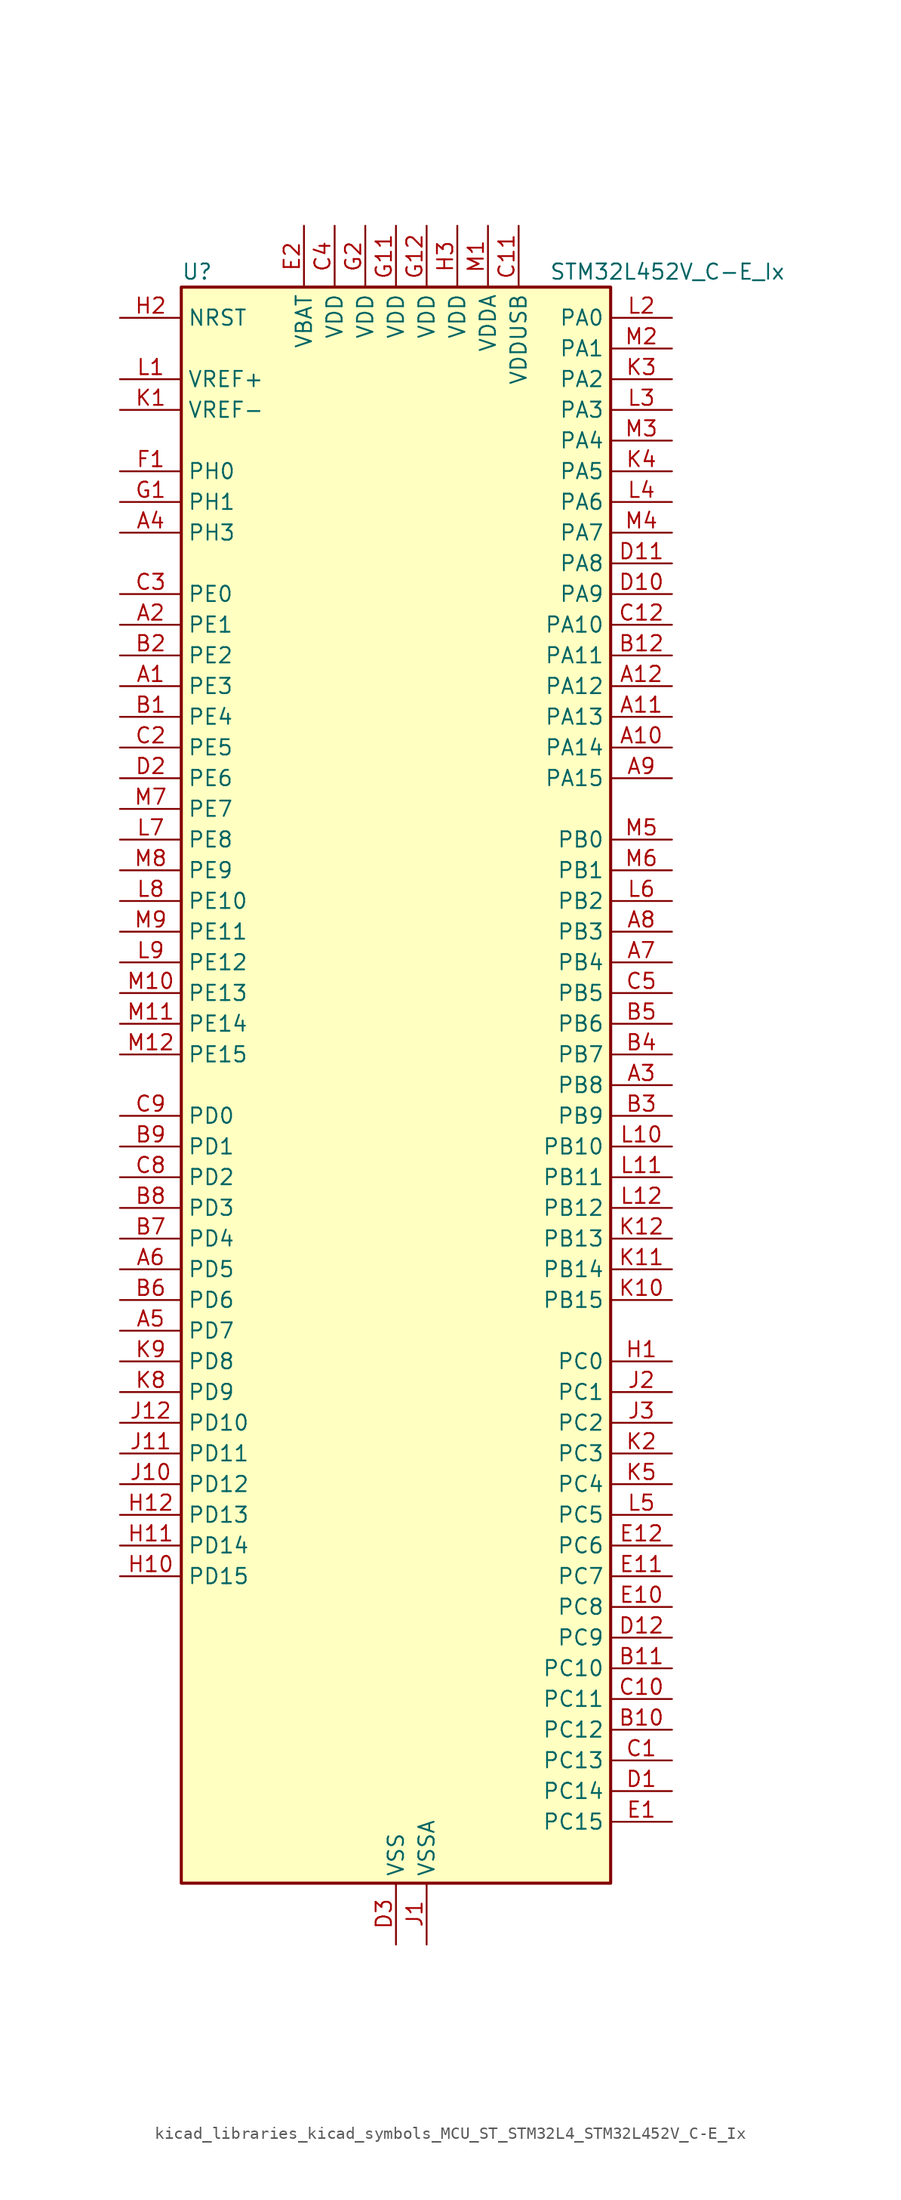
<source format=kicad_sym>
(kicad_symbol_lib
  (version 20220914)
  (generator kicad_symbol_editor)
  (symbol "kicad_libraries_kicad_symbols_MCU_ST_STM32L4_STM32L452V_C-E_Ix"
    (property "Reference" "U"
      (at -17.78 67.31 0)
      (effects (font (size 1.27 1.27)) (justify left)))
    (property "Value" "STM32L452V_C-E_Ix"
      (at 12.7 67.31 0)
      (effects (font (size 1.27 1.27)) (justify left)))
    (property "ki_locked" ""
      (at 0 0 0)
      (effects (font (size 1.27 1.27))))
    (symbol "kicad_libraries_kicad_symbols_MCU_ST_STM32L4_STM32L452V_C-E_Ix_0_1"
      (rectangle (start -17.78 -66.04) (end 17.78 66.04) (stroke (width 0.254) (type default)) (fill (type background))))
    (symbol "kicad_libraries_kicad_symbols_MCU_ST_STM32L4_STM32L452V_C-E_Ix_1_1"
      (pin bidirectional line (at -22.86 33.02 0) (length 5.08) (name "PE3" (effects (font (size 1.27 1.27)))) (number "A1" (effects (font (size 1.27 1.27)))) (alternate "SAI1_SD_B" bidirectional line) (alternate "SYS_TRACED0" bidirectional line) (alternate "TIM3_CH1" bidirectional line) (alternate "TSC_G7_IO2" bidirectional line))
      (pin bidirectional line (at 22.86 27.94 180) (length 5.08) (name "PA14" (effects (font (size 1.27 1.27)))) (number "A10" (effects (font (size 1.27 1.27)))) (alternate "I2C1_SMBA" bidirectional line) (alternate "I2C4_SMBA" bidirectional line) (alternate "LPTIM1_OUT" bidirectional line) (alternate "SAI1_FS_B" bidirectional line) (alternate "SYS_JTCK-SWCLK" bidirectional line))
      (pin bidirectional line (at 22.86 30.48 180) (length 5.08) (name "PA13" (effects (font (size 1.27 1.27)))) (number "A11" (effects (font (size 1.27 1.27)))) (alternate "IR_OUT" bidirectional line) (alternate "SAI1_SD_B" bidirectional line) (alternate "SYS_JTMS-SWDIO" bidirectional line) (alternate "USB_NOE" bidirectional line))
      (pin bidirectional line (at 22.86 33.02 180) (length 5.08) (name "PA12" (effects (font (size 1.27 1.27)))) (number "A12" (effects (font (size 1.27 1.27)))) (alternate "CAN1_TX" bidirectional line) (alternate "SPI1_MOSI" bidirectional line) (alternate "TIM1_ETR" bidirectional line) (alternate "USART1_DE" bidirectional line) (alternate "USART1_RTS" bidirectional line) (alternate "USB_DP" bidirectional line))
      (pin bidirectional line (at -22.86 38.1 0) (length 5.08) (name "PE1" (effects (font (size 1.27 1.27)))) (number "A2" (effects (font (size 1.27 1.27)))))
      (pin bidirectional line (at 22.86 0 180) (length 5.08) (name "PB8" (effects (font (size 1.27 1.27)))) (number "A3" (effects (font (size 1.27 1.27)))) (alternate "CAN1_RX" bidirectional line) (alternate "I2C1_SCL" bidirectional line) (alternate "SAI1_MCLK_A" bidirectional line) (alternate "SDMMC1_D4" bidirectional line) (alternate "TIM16_CH1" bidirectional line))
      (pin bidirectional line (at -22.86 45.72 0) (length 5.08) (name "PH3" (effects (font (size 1.27 1.27)))) (number "A4" (effects (font (size 1.27 1.27)))))
      (pin bidirectional line (at -22.86 -20.32 0) (length 5.08) (name "PD7" (effects (font (size 1.27 1.27)))) (number "A5" (effects (font (size 1.27 1.27)))) (alternate "DFSDM1_CKIN1" bidirectional line) (alternate "QUADSPI_BK2_IO3" bidirectional line) (alternate "USART2_CK" bidirectional line))
      (pin bidirectional line (at -22.86 -15.24 0) (length 5.08) (name "PD5" (effects (font (size 1.27 1.27)))) (number "A6" (effects (font (size 1.27 1.27)))) (alternate "QUADSPI_BK2_IO1" bidirectional line) (alternate "USART2_TX" bidirectional line))
      (pin bidirectional line (at 22.86 10.16 180) (length 5.08) (name "PB4" (effects (font (size 1.27 1.27)))) (number "A7" (effects (font (size 1.27 1.27)))) (alternate "COMP2_INP" bidirectional line) (alternate "I2C3_SDA" bidirectional line) (alternate "SAI1_MCLK_B" bidirectional line) (alternate "SPI1_MISO" bidirectional line) (alternate "SPI3_MISO" bidirectional line) (alternate "SYS_JTRST" bidirectional line) (alternate "TIM3_CH1" bidirectional line) (alternate "TSC_G2_IO1" bidirectional line) (alternate "USART1_CTS" bidirectional line))
      (pin bidirectional line (at 22.86 12.7 180) (length 5.08) (name "PB3" (effects (font (size 1.27 1.27)))) (number "A8" (effects (font (size 1.27 1.27)))) (alternate "COMP2_INM" bidirectional line) (alternate "SAI1_SCK_B" bidirectional line) (alternate "SPI1_SCK" bidirectional line) (alternate "SPI3_SCK" bidirectional line) (alternate "SYS_JTDO-SWO" bidirectional line) (alternate "TIM2_CH2" bidirectional line) (alternate "USART1_DE" bidirectional line) (alternate "USART1_RTS" bidirectional line))
      (pin bidirectional line (at 22.86 25.4 180) (length 5.08) (name "PA15" (effects (font (size 1.27 1.27)))) (number "A9" (effects (font (size 1.27 1.27)))) (alternate "ADC1_EXTI15" bidirectional line) (alternate "SPI1_NSS" bidirectional line) (alternate "SPI3_NSS" bidirectional line) (alternate "SYS_JTDI" bidirectional line) (alternate "TIM2_CH1" bidirectional line) (alternate "TIM2_ETR" bidirectional line) (alternate "TSC_G3_IO1" bidirectional line) (alternate "UART4_DE" bidirectional line) (alternate "UART4_RTS" bidirectional line) (alternate "USART2_RX" bidirectional line) (alternate "USART3_DE" bidirectional line) (alternate "USART3_RTS" bidirectional line))
      (pin bidirectional line (at -22.86 30.48 0) (length 5.08) (name "PE4" (effects (font (size 1.27 1.27)))) (number "B1" (effects (font (size 1.27 1.27)))) (alternate "DFSDM1_DATIN3" bidirectional line) (alternate "SAI1_FS_A" bidirectional line) (alternate "SYS_TRACED1" bidirectional line) (alternate "TIM3_CH2" bidirectional line) (alternate "TSC_G7_IO3" bidirectional line))
      (pin bidirectional line (at 22.86 -53.34 180) (length 5.08) (name "PC12" (effects (font (size 1.27 1.27)))) (number "B10" (effects (font (size 1.27 1.27)))) (alternate "SDMMC1_CK" bidirectional line) (alternate "SPI3_MOSI" bidirectional line) (alternate "SYS_TRACED3" bidirectional line) (alternate "TSC_G3_IO4" bidirectional line) (alternate "USART3_CK" bidirectional line))
      (pin bidirectional line (at 22.86 -48.26 180) (length 5.08) (name "PC10" (effects (font (size 1.27 1.27)))) (number "B11" (effects (font (size 1.27 1.27)))) (alternate "SDMMC1_D2" bidirectional line) (alternate "SPI3_SCK" bidirectional line) (alternate "SYS_TRACED1" bidirectional line) (alternate "TSC_G3_IO2" bidirectional line) (alternate "UART4_TX" bidirectional line) (alternate "USART3_TX" bidirectional line))
      (pin bidirectional line (at 22.86 35.56 180) (length 5.08) (name "PA11" (effects (font (size 1.27 1.27)))) (number "B12" (effects (font (size 1.27 1.27)))) (alternate "ADC1_EXTI11" bidirectional line) (alternate "CAN1_RX" bidirectional line) (alternate "COMP1_OUT" bidirectional line) (alternate "SPI1_MISO" bidirectional line) (alternate "TIM1_BKIN2" bidirectional line) (alternate "TIM1_BKIN2_COMP1" bidirectional line) (alternate "TIM1_CH4" bidirectional line) (alternate "USART1_CTS" bidirectional line) (alternate "USB_DM" bidirectional line))
      (pin bidirectional line (at -22.86 35.56 0) (length 5.08) (name "PE2" (effects (font (size 1.27 1.27)))) (number "B2" (effects (font (size 1.27 1.27)))) (alternate "SAI1_MCLK_A" bidirectional line) (alternate "SYS_TRACECLK" bidirectional line) (alternate "TIM3_ETR" bidirectional line) (alternate "TSC_G7_IO1" bidirectional line))
      (pin bidirectional line (at 22.86 -2.54 180) (length 5.08) (name "PB9" (effects (font (size 1.27 1.27)))) (number "B3" (effects (font (size 1.27 1.27)))) (alternate "CAN1_TX" bidirectional line) (alternate "DAC1_EXTI9" bidirectional line) (alternate "I2C1_SDA" bidirectional line) (alternate "IR_OUT" bidirectional line) (alternate "SAI1_FS_A" bidirectional line) (alternate "SDMMC1_D5" bidirectional line) (alternate "SPI2_NSS" bidirectional line))
      (pin bidirectional line (at 22.86 2.54 180) (length 5.08) (name "PB7" (effects (font (size 1.27 1.27)))) (number "B4" (effects (font (size 1.27 1.27)))) (alternate "COMP2_INM" bidirectional line) (alternate "I2C1_SDA" bidirectional line) (alternate "I2C4_SDA" bidirectional line) (alternate "LPTIM1_IN2" bidirectional line) (alternate "SYS_PVD_IN" bidirectional line) (alternate "TSC_G2_IO4" bidirectional line) (alternate "UART4_CTS" bidirectional line) (alternate "USART1_RX" bidirectional line))
      (pin bidirectional line (at 22.86 5.08 180) (length 5.08) (name "PB6" (effects (font (size 1.27 1.27)))) (number "B5" (effects (font (size 1.27 1.27)))) (alternate "CAN1_TX" bidirectional line) (alternate "COMP2_INP" bidirectional line) (alternate "I2C1_SCL" bidirectional line) (alternate "I2C4_SCL" bidirectional line) (alternate "LPTIM1_ETR" bidirectional line) (alternate "SAI1_FS_B" bidirectional line) (alternate "TIM16_CH1N" bidirectional line) (alternate "TSC_G2_IO3" bidirectional line) (alternate "USART1_TX" bidirectional line))
      (pin bidirectional line (at -22.86 -17.78 0) (length 5.08) (name "PD6" (effects (font (size 1.27 1.27)))) (number "B6" (effects (font (size 1.27 1.27)))) (alternate "DFSDM1_DATIN1" bidirectional line) (alternate "QUADSPI_BK2_IO2" bidirectional line) (alternate "SAI1_SD_A" bidirectional line) (alternate "USART2_RX" bidirectional line))
      (pin bidirectional line (at -22.86 -12.7 0) (length 5.08) (name "PD4" (effects (font (size 1.27 1.27)))) (number "B7" (effects (font (size 1.27 1.27)))) (alternate "DFSDM1_CKIN0" bidirectional line) (alternate "QUADSPI_BK2_IO0" bidirectional line) (alternate "SPI2_MOSI" bidirectional line) (alternate "USART2_DE" bidirectional line) (alternate "USART2_RTS" bidirectional line))
      (pin bidirectional line (at -22.86 -10.16 0) (length 5.08) (name "PD3" (effects (font (size 1.27 1.27)))) (number "B8" (effects (font (size 1.27 1.27)))) (alternate "DFSDM1_DATIN0" bidirectional line) (alternate "QUADSPI_BK2_NCS" bidirectional line) (alternate "SPI2_MISO" bidirectional line) (alternate "USART2_CTS" bidirectional line))
      (pin bidirectional line (at -22.86 -5.08 0) (length 5.08) (name "PD1" (effects (font (size 1.27 1.27)))) (number "B9" (effects (font (size 1.27 1.27)))) (alternate "CAN1_TX" bidirectional line) (alternate "SPI2_SCK" bidirectional line))
      (pin bidirectional line (at 22.86 -55.88 180) (length 5.08) (name "PC13" (effects (font (size 1.27 1.27)))) (number "C1" (effects (font (size 1.27 1.27)))) (alternate "RTC_OUT_ALARM" bidirectional line) (alternate "RTC_OUT_CALIB" bidirectional line) (alternate "RTC_TAMP1" bidirectional line) (alternate "RTC_TS" bidirectional line) (alternate "SYS_WKUP2" bidirectional line))
      (pin bidirectional line (at 22.86 -50.8 180) (length 5.08) (name "PC11" (effects (font (size 1.27 1.27)))) (number "C10" (effects (font (size 1.27 1.27)))) (alternate "ADC1_EXTI11" bidirectional line) (alternate "SDMMC1_D3" bidirectional line) (alternate "SPI3_MISO" bidirectional line) (alternate "TSC_G3_IO3" bidirectional line) (alternate "UART4_RX" bidirectional line) (alternate "USART3_RX" bidirectional line))
      (pin power_in line (at 10.16 71.12 270) (length 5.08) (name "VDDUSB" (effects (font (size 1.27 1.27)))) (number "C11" (effects (font (size 1.27 1.27)))))
      (pin bidirectional line (at 22.86 38.1 180) (length 5.08) (name "PA10" (effects (font (size 1.27 1.27)))) (number "C12" (effects (font (size 1.27 1.27)))) (alternate "CRS_SYNC" bidirectional line) (alternate "I2C1_SDA" bidirectional line) (alternate "SAI1_SD_A" bidirectional line) (alternate "TIM1_CH3" bidirectional line) (alternate "USART1_RX" bidirectional line))
      (pin bidirectional line (at -22.86 27.94 0) (length 5.08) (name "PE5" (effects (font (size 1.27 1.27)))) (number "C2" (effects (font (size 1.27 1.27)))) (alternate "DFSDM1_CKIN3" bidirectional line) (alternate "SAI1_SCK_A" bidirectional line) (alternate "SYS_TRACED2" bidirectional line) (alternate "TIM3_CH3" bidirectional line) (alternate "TSC_G7_IO4" bidirectional line))
      (pin bidirectional line (at -22.86 40.64 0) (length 5.08) (name "PE0" (effects (font (size 1.27 1.27)))) (number "C3" (effects (font (size 1.27 1.27)))) (alternate "TIM16_CH1" bidirectional line))
      (pin power_in line (at -5.08 71.12 270) (length 5.08) (name "VDD" (effects (font (size 1.27 1.27)))) (number "C4" (effects (font (size 1.27 1.27)))))
      (pin bidirectional line (at 22.86 7.62 180) (length 5.08) (name "PB5" (effects (font (size 1.27 1.27)))) (number "C5" (effects (font (size 1.27 1.27)))) (alternate "CAN1_RX" bidirectional line) (alternate "COMP2_OUT" bidirectional line) (alternate "I2C1_SMBA" bidirectional line) (alternate "LPTIM1_IN1" bidirectional line) (alternate "SAI1_SD_B" bidirectional line) (alternate "SPI1_MOSI" bidirectional line) (alternate "SPI3_MOSI" bidirectional line) (alternate "TIM16_BKIN" bidirectional line) (alternate "TIM3_CH2" bidirectional line) (alternate "TSC_G2_IO2" bidirectional line) (alternate "USART1_CK" bidirectional line))
      (pin bidirectional line (at -22.86 -7.62 0) (length 5.08) (name "PD2" (effects (font (size 1.27 1.27)))) (number "C8" (effects (font (size 1.27 1.27)))) (alternate "SDMMC1_CMD" bidirectional line) (alternate "SYS_TRACED2" bidirectional line) (alternate "TIM3_ETR" bidirectional line) (alternate "TSC_SYNC" bidirectional line) (alternate "USART3_DE" bidirectional line) (alternate "USART3_RTS" bidirectional line))
      (pin bidirectional line (at -22.86 -2.54 0) (length 5.08) (name "PD0" (effects (font (size 1.27 1.27)))) (number "C9" (effects (font (size 1.27 1.27)))) (alternate "CAN1_RX" bidirectional line) (alternate "SPI2_NSS" bidirectional line))
      (pin bidirectional line (at 22.86 -58.42 180) (length 5.08) (name "PC14" (effects (font (size 1.27 1.27)))) (number "D1" (effects (font (size 1.27 1.27)))) (alternate "RCC_OSC32_IN" bidirectional line))
      (pin bidirectional line (at 22.86 40.64 180) (length 5.08) (name "PA9" (effects (font (size 1.27 1.27)))) (number "D10" (effects (font (size 1.27 1.27)))) (alternate "DAC1_EXTI9" bidirectional line) (alternate "DFSDM1_DATIN1" bidirectional line) (alternate "I2C1_SCL" bidirectional line) (alternate "SAI1_FS_A" bidirectional line) (alternate "TIM15_BKIN" bidirectional line) (alternate "TIM1_CH2" bidirectional line) (alternate "USART1_TX" bidirectional line))
      (pin bidirectional line (at 22.86 43.18 180) (length 5.08) (name "PA8" (effects (font (size 1.27 1.27)))) (number "D11" (effects (font (size 1.27 1.27)))) (alternate "DFSDM1_CKIN1" bidirectional line) (alternate "LPTIM2_OUT" bidirectional line) (alternate "RCC_MCO" bidirectional line) (alternate "SAI1_SCK_A" bidirectional line) (alternate "TIM1_CH1" bidirectional line) (alternate "USART1_CK" bidirectional line))
      (pin bidirectional line (at 22.86 -45.72 180) (length 5.08) (name "PC9" (effects (font (size 1.27 1.27)))) (number "D12" (effects (font (size 1.27 1.27)))) (alternate "DAC1_EXTI9" bidirectional line) (alternate "SDMMC1_D1" bidirectional line) (alternate "TIM3_CH4" bidirectional line) (alternate "TSC_G4_IO4" bidirectional line) (alternate "USB_NOE" bidirectional line))
      (pin bidirectional line (at -22.86 25.4 0) (length 5.08) (name "PE6" (effects (font (size 1.27 1.27)))) (number "D2" (effects (font (size 1.27 1.27)))) (alternate "RTC_TAMP3" bidirectional line) (alternate "SAI1_SD_A" bidirectional line) (alternate "SYS_TRACED3" bidirectional line) (alternate "SYS_WKUP3" bidirectional line) (alternate "TIM3_CH4" bidirectional line))
      (pin power_in line (at 0 -71.12 90) (length 5.08) (name "VSS" (effects (font (size 1.27 1.27)))) (number "D3" (effects (font (size 1.27 1.27)))))
      (pin bidirectional line (at 22.86 -60.96 180) (length 5.08) (name "PC15" (effects (font (size 1.27 1.27)))) (number "E1" (effects (font (size 1.27 1.27)))) (alternate "ADC1_EXTI15" bidirectional line) (alternate "RCC_OSC32_OUT" bidirectional line))
      (pin bidirectional line (at 22.86 -43.18 180) (length 5.08) (name "PC8" (effects (font (size 1.27 1.27)))) (number "E10" (effects (font (size 1.27 1.27)))) (alternate "SDMMC1_D0" bidirectional line) (alternate "TIM3_CH3" bidirectional line) (alternate "TSC_G4_IO3" bidirectional line))
      (pin bidirectional line (at 22.86 -40.64 180) (length 5.08) (name "PC7" (effects (font (size 1.27 1.27)))) (number "E11" (effects (font (size 1.27 1.27)))) (alternate "DFSDM1_DATIN3" bidirectional line) (alternate "SDMMC1_D7" bidirectional line) (alternate "TIM3_CH2" bidirectional line) (alternate "TSC_G4_IO2" bidirectional line))
      (pin bidirectional line (at 22.86 -38.1 180) (length 5.08) (name "PC6" (effects (font (size 1.27 1.27)))) (number "E12" (effects (font (size 1.27 1.27)))) (alternate "DFSDM1_CKIN3" bidirectional line) (alternate "SDMMC1_D6" bidirectional line) (alternate "TIM3_CH1" bidirectional line) (alternate "TSC_G4_IO1" bidirectional line))
      (pin power_in line (at -7.62 71.12 270) (length 5.08) (name "VBAT" (effects (font (size 1.27 1.27)))) (number "E2" (effects (font (size 1.27 1.27)))))
      (pin passive line (at 0 -71.12 90) (length 5.08) hide (name "VSS" (effects (font (size 1.27 1.27)))) (number "E3" (effects (font (size 1.27 1.27)))))
      (pin bidirectional line (at -22.86 50.8 0) (length 5.08) (name "PH0" (effects (font (size 1.27 1.27)))) (number "F1" (effects (font (size 1.27 1.27)))) (alternate "RCC_OSC_IN" bidirectional line))
      (pin passive line (at 0 -71.12 90) (length 5.08) hide (name "VSS" (effects (font (size 1.27 1.27)))) (number "F11" (effects (font (size 1.27 1.27)))))
      (pin passive line (at 0 -71.12 90) (length 5.08) hide (name "VSS" (effects (font (size 1.27 1.27)))) (number "F12" (effects (font (size 1.27 1.27)))))
      (pin passive line (at 0 -71.12 90) (length 5.08) hide (name "VSS" (effects (font (size 1.27 1.27)))) (number "F2" (effects (font (size 1.27 1.27)))))
      (pin bidirectional line (at -22.86 48.26 0) (length 5.08) (name "PH1" (effects (font (size 1.27 1.27)))) (number "G1" (effects (font (size 1.27 1.27)))) (alternate "RCC_OSC_OUT" bidirectional line))
      (pin power_in line (at 0 71.12 270) (length 5.08) (name "VDD" (effects (font (size 1.27 1.27)))) (number "G11" (effects (font (size 1.27 1.27)))))
      (pin power_in line (at 2.54 71.12 270) (length 5.08) (name "VDD" (effects (font (size 1.27 1.27)))) (number "G12" (effects (font (size 1.27 1.27)))))
      (pin power_in line (at -2.54 71.12 270) (length 5.08) (name "VDD" (effects (font (size 1.27 1.27)))) (number "G2" (effects (font (size 1.27 1.27)))))
      (pin bidirectional line (at 22.86 -22.86 180) (length 5.08) (name "PC0" (effects (font (size 1.27 1.27)))) (number "H1" (effects (font (size 1.27 1.27)))) (alternate "ADC1_IN1" bidirectional line) (alternate "I2C3_SCL" bidirectional line) (alternate "I2C4_SCL" bidirectional line) (alternate "LPTIM1_IN1" bidirectional line) (alternate "LPTIM2_IN1" bidirectional line) (alternate "LPUART1_RX" bidirectional line))
      (pin bidirectional line (at -22.86 -40.64 0) (length 5.08) (name "PD15" (effects (font (size 1.27 1.27)))) (number "H10" (effects (font (size 1.27 1.27)))) (alternate "ADC1_EXTI15" bidirectional line))
      (pin bidirectional line (at -22.86 -38.1 0) (length 5.08) (name "PD14" (effects (font (size 1.27 1.27)))) (number "H11" (effects (font (size 1.27 1.27)))))
      (pin bidirectional line (at -22.86 -35.56 0) (length 5.08) (name "PD13" (effects (font (size 1.27 1.27)))) (number "H12" (effects (font (size 1.27 1.27)))) (alternate "I2C4_SDA" bidirectional line) (alternate "LPTIM2_OUT" bidirectional line) (alternate "TSC_G6_IO4" bidirectional line))
      (pin input line (at -22.86 63.5 0) (length 5.08) (name "NRST" (effects (font (size 1.27 1.27)))) (number "H2" (effects (font (size 1.27 1.27)))))
      (pin power_in line (at 5.08 71.12 270) (length 5.08) (name "VDD" (effects (font (size 1.27 1.27)))) (number "H3" (effects (font (size 1.27 1.27)))))
      (pin power_in line (at 2.54 -71.12 90) (length 5.08) (name "VSSA" (effects (font (size 1.27 1.27)))) (number "J1" (effects (font (size 1.27 1.27)))))
      (pin bidirectional line (at -22.86 -33.02 0) (length 5.08) (name "PD12" (effects (font (size 1.27 1.27)))) (number "J10" (effects (font (size 1.27 1.27)))) (alternate "I2C4_SCL" bidirectional line) (alternate "LPTIM2_IN1" bidirectional line) (alternate "TSC_G6_IO3" bidirectional line) (alternate "USART3_DE" bidirectional line) (alternate "USART3_RTS" bidirectional line))
      (pin bidirectional line (at -22.86 -30.48 0) (length 5.08) (name "PD11" (effects (font (size 1.27 1.27)))) (number "J11" (effects (font (size 1.27 1.27)))) (alternate "ADC1_EXTI11" bidirectional line) (alternate "I2C4_SMBA" bidirectional line) (alternate "LPTIM2_ETR" bidirectional line) (alternate "TSC_G6_IO2" bidirectional line) (alternate "USART3_CTS" bidirectional line))
      (pin bidirectional line (at -22.86 -27.94 0) (length 5.08) (name "PD10" (effects (font (size 1.27 1.27)))) (number "J12" (effects (font (size 1.27 1.27)))) (alternate "TSC_G6_IO1" bidirectional line) (alternate "USART3_CK" bidirectional line))
      (pin bidirectional line (at 22.86 -25.4 180) (length 5.08) (name "PC1" (effects (font (size 1.27 1.27)))) (number "J2" (effects (font (size 1.27 1.27)))) (alternate "ADC1_IN2" bidirectional line) (alternate "I2C3_SDA" bidirectional line) (alternate "I2C4_SDA" bidirectional line) (alternate "LPTIM1_OUT" bidirectional line) (alternate "LPUART1_TX" bidirectional line) (alternate "SYS_TRACED0" bidirectional line))
      (pin bidirectional line (at 22.86 -27.94 180) (length 5.08) (name "PC2" (effects (font (size 1.27 1.27)))) (number "J3" (effects (font (size 1.27 1.27)))) (alternate "ADC1_IN3" bidirectional line) (alternate "DFSDM1_CKOUT" bidirectional line) (alternate "LPTIM1_IN2" bidirectional line) (alternate "SPI2_MISO" bidirectional line))
      (pin input line (at -22.86 55.88 0) (length 5.08) (name "VREF-" (effects (font (size 1.27 1.27)))) (number "K1" (effects (font (size 1.27 1.27)))))
      (pin bidirectional line (at 22.86 -17.78 180) (length 5.08) (name "PB15" (effects (font (size 1.27 1.27)))) (number "K10" (effects (font (size 1.27 1.27)))) (alternate "ADC1_EXTI15" bidirectional line) (alternate "DFSDM1_CKIN2" bidirectional line) (alternate "RTC_REFIN" bidirectional line) (alternate "SAI1_SD_A" bidirectional line) (alternate "SPI2_MOSI" bidirectional line) (alternate "TIM15_CH2" bidirectional line) (alternate "TIM1_CH3N" bidirectional line) (alternate "TSC_G1_IO4" bidirectional line))
      (pin bidirectional line (at 22.86 -15.24 180) (length 5.08) (name "PB14" (effects (font (size 1.27 1.27)))) (number "K11" (effects (font (size 1.27 1.27)))) (alternate "DFSDM1_DATIN2" bidirectional line) (alternate "I2C2_SDA" bidirectional line) (alternate "SAI1_MCLK_A" bidirectional line) (alternate "SPI2_MISO" bidirectional line) (alternate "TIM15_CH1" bidirectional line) (alternate "TIM1_CH2N" bidirectional line) (alternate "TSC_G1_IO3" bidirectional line) (alternate "USART3_DE" bidirectional line) (alternate "USART3_RTS" bidirectional line))
      (pin bidirectional line (at 22.86 -12.7 180) (length 5.08) (name "PB13" (effects (font (size 1.27 1.27)))) (number "K12" (effects (font (size 1.27 1.27)))) (alternate "CAN1_TX" bidirectional line) (alternate "DFSDM1_CKIN1" bidirectional line) (alternate "I2C2_SCL" bidirectional line) (alternate "LPUART1_CTS" bidirectional line) (alternate "SAI1_SCK_A" bidirectional line) (alternate "SPI2_SCK" bidirectional line) (alternate "TIM15_CH1N" bidirectional line) (alternate "TIM1_CH1N" bidirectional line) (alternate "TSC_G1_IO2" bidirectional line) (alternate "USART3_CTS" bidirectional line))
      (pin bidirectional line (at 22.86 -30.48 180) (length 5.08) (name "PC3" (effects (font (size 1.27 1.27)))) (number "K2" (effects (font (size 1.27 1.27)))) (alternate "ADC1_IN4" bidirectional line) (alternate "LPTIM1_ETR" bidirectional line) (alternate "LPTIM2_ETR" bidirectional line) (alternate "SAI1_SD_A" bidirectional line) (alternate "SPI2_MOSI" bidirectional line))
      (pin bidirectional line (at 22.86 58.42 180) (length 5.08) (name "PA2" (effects (font (size 1.27 1.27)))) (number "K3" (effects (font (size 1.27 1.27)))) (alternate "ADC1_IN7" bidirectional line) (alternate "COMP2_INM" bidirectional line) (alternate "COMP2_OUT" bidirectional line) (alternate "LPUART1_TX" bidirectional line) (alternate "QUADSPI_BK1_NCS" bidirectional line) (alternate "RCC_LSCO" bidirectional line) (alternate "SYS_WKUP4" bidirectional line) (alternate "TIM15_CH1" bidirectional line) (alternate "TIM2_CH3" bidirectional line) (alternate "USART2_TX" bidirectional line))
      (pin bidirectional line (at 22.86 50.8 180) (length 5.08) (name "PA5" (effects (font (size 1.27 1.27)))) (number "K4" (effects (font (size 1.27 1.27)))) (alternate "ADC1_IN10" bidirectional line) (alternate "COMP1_INM" bidirectional line) (alternate "COMP2_INM" bidirectional line) (alternate "DFSDM1_CKOUT" bidirectional line) (alternate "LPTIM2_ETR" bidirectional line) (alternate "SPI1_SCK" bidirectional line) (alternate "TIM2_CH1" bidirectional line) (alternate "TIM2_ETR" bidirectional line))
      (pin bidirectional line (at 22.86 -33.02 180) (length 5.08) (name "PC4" (effects (font (size 1.27 1.27)))) (number "K5" (effects (font (size 1.27 1.27)))) (alternate "ADC1_IN13" bidirectional line) (alternate "COMP1_INM" bidirectional line) (alternate "USART3_TX" bidirectional line))
      (pin bidirectional line (at -22.86 -25.4 0) (length 5.08) (name "PD9" (effects (font (size 1.27 1.27)))) (number "K8" (effects (font (size 1.27 1.27)))) (alternate "DAC1_EXTI9" bidirectional line) (alternate "USART3_RX" bidirectional line))
      (pin bidirectional line (at -22.86 -22.86 0) (length 5.08) (name "PD8" (effects (font (size 1.27 1.27)))) (number "K9" (effects (font (size 1.27 1.27)))) (alternate "USART3_TX" bidirectional line))
      (pin input line (at -22.86 58.42 0) (length 5.08) (name "VREF+" (effects (font (size 1.27 1.27)))) (number "L1" (effects (font (size 1.27 1.27)))) (alternate "VREFBUF_OUT" bidirectional line))
      (pin bidirectional line (at 22.86 -5.08 180) (length 5.08) (name "PB10" (effects (font (size 1.27 1.27)))) (number "L10" (effects (font (size 1.27 1.27)))) (alternate "COMP1_OUT" bidirectional line) (alternate "I2C2_SCL" bidirectional line) (alternate "I2C4_SCL" bidirectional line) (alternate "LPUART1_RX" bidirectional line) (alternate "QUADSPI_CLK" bidirectional line) (alternate "SAI1_SCK_A" bidirectional line) (alternate "SPI2_SCK" bidirectional line) (alternate "TIM2_CH3" bidirectional line) (alternate "TSC_SYNC" bidirectional line) (alternate "USART3_TX" bidirectional line))
      (pin bidirectional line (at 22.86 -7.62 180) (length 5.08) (name "PB11" (effects (font (size 1.27 1.27)))) (number "L11" (effects (font (size 1.27 1.27)))) (alternate "ADC1_EXTI11" bidirectional line) (alternate "COMP2_OUT" bidirectional line) (alternate "I2C2_SDA" bidirectional line) (alternate "I2C4_SDA" bidirectional line) (alternate "LPUART1_TX" bidirectional line) (alternate "QUADSPI_BK1_NCS" bidirectional line) (alternate "TIM2_CH4" bidirectional line) (alternate "USART3_RX" bidirectional line))
      (pin bidirectional line (at 22.86 -10.16 180) (length 5.08) (name "PB12" (effects (font (size 1.27 1.27)))) (number "L12" (effects (font (size 1.27 1.27)))) (alternate "CAN1_RX" bidirectional line) (alternate "DFSDM1_DATIN1" bidirectional line) (alternate "I2C2_SMBA" bidirectional line) (alternate "LPUART1_DE" bidirectional line) (alternate "LPUART1_RTS" bidirectional line) (alternate "SAI1_FS_A" bidirectional line) (alternate "SPI2_NSS" bidirectional line) (alternate "TIM15_BKIN" bidirectional line) (alternate "TIM1_BKIN" bidirectional line) (alternate "TIM1_BKIN_COMP2" bidirectional line) (alternate "TSC_G1_IO1" bidirectional line) (alternate "USART3_CK" bidirectional line))
      (pin bidirectional line (at 22.86 63.5 180) (length 5.08) (name "PA0" (effects (font (size 1.27 1.27)))) (number "L2" (effects (font (size 1.27 1.27)))) (alternate "ADC1_IN5" bidirectional line) (alternate "COMP1_INM" bidirectional line) (alternate "COMP1_OUT" bidirectional line) (alternate "OPAMP1_VINP" bidirectional line) (alternate "RTC_TAMP2" bidirectional line) (alternate "SAI1_EXTCLK" bidirectional line) (alternate "SYS_WKUP1" bidirectional line) (alternate "TIM2_CH1" bidirectional line) (alternate "TIM2_ETR" bidirectional line) (alternate "UART4_TX" bidirectional line) (alternate "USART2_CTS" bidirectional line))
      (pin bidirectional line (at 22.86 55.88 180) (length 5.08) (name "PA3" (effects (font (size 1.27 1.27)))) (number "L3" (effects (font (size 1.27 1.27)))) (alternate "ADC1_IN8" bidirectional line) (alternate "COMP2_INP" bidirectional line) (alternate "LPUART1_RX" bidirectional line) (alternate "OPAMP1_VOUT" bidirectional line) (alternate "QUADSPI_CLK" bidirectional line) (alternate "SAI1_MCLK_A" bidirectional line) (alternate "TIM15_CH2" bidirectional line) (alternate "TIM2_CH4" bidirectional line) (alternate "USART2_RX" bidirectional line))
      (pin bidirectional line (at 22.86 48.26 180) (length 5.08) (name "PA6" (effects (font (size 1.27 1.27)))) (number "L4" (effects (font (size 1.27 1.27)))) (alternate "ADC1_IN11" bidirectional line) (alternate "COMP1_OUT" bidirectional line) (alternate "LPUART1_CTS" bidirectional line) (alternate "QUADSPI_BK1_IO3" bidirectional line) (alternate "SPI1_MISO" bidirectional line) (alternate "TIM16_CH1" bidirectional line) (alternate "TIM1_BKIN" bidirectional line) (alternate "TIM1_BKIN_COMP2" bidirectional line) (alternate "TIM3_CH1" bidirectional line) (alternate "USART3_CTS" bidirectional line))
      (pin bidirectional line (at 22.86 -35.56 180) (length 5.08) (name "PC5" (effects (font (size 1.27 1.27)))) (number "L5" (effects (font (size 1.27 1.27)))) (alternate "ADC1_IN14" bidirectional line) (alternate "COMP1_INP" bidirectional line) (alternate "SYS_WKUP5" bidirectional line) (alternate "USART3_RX" bidirectional line))
      (pin bidirectional line (at 22.86 15.24 180) (length 5.08) (name "PB2" (effects (font (size 1.27 1.27)))) (number "L6" (effects (font (size 1.27 1.27)))) (alternate "COMP1_INP" bidirectional line) (alternate "DFSDM1_CKIN0" bidirectional line) (alternate "I2C3_SMBA" bidirectional line) (alternate "LPTIM1_OUT" bidirectional line) (alternate "RTC_OUT_ALARM" bidirectional line) (alternate "RTC_OUT_CALIB" bidirectional line))
      (pin bidirectional line (at -22.86 20.32 0) (length 5.08) (name "PE8" (effects (font (size 1.27 1.27)))) (number "L7" (effects (font (size 1.27 1.27)))) (alternate "DFSDM1_CKIN2" bidirectional line) (alternate "SAI1_SCK_B" bidirectional line) (alternate "TIM1_CH1N" bidirectional line))
      (pin bidirectional line (at -22.86 15.24 0) (length 5.08) (name "PE10" (effects (font (size 1.27 1.27)))) (number "L8" (effects (font (size 1.27 1.27)))) (alternate "QUADSPI_CLK" bidirectional line) (alternate "SAI1_MCLK_B" bidirectional line) (alternate "TIM1_CH2N" bidirectional line) (alternate "TSC_G5_IO1" bidirectional line))
      (pin bidirectional line (at -22.86 10.16 0) (length 5.08) (name "PE12" (effects (font (size 1.27 1.27)))) (number "L9" (effects (font (size 1.27 1.27)))) (alternate "QUADSPI_BK1_IO0" bidirectional line) (alternate "SPI1_NSS" bidirectional line) (alternate "TIM1_CH3N" bidirectional line) (alternate "TSC_G5_IO3" bidirectional line))
      (pin power_in line (at 7.62 71.12 270) (length 5.08) (name "VDDA" (effects (font (size 1.27 1.27)))) (number "M1" (effects (font (size 1.27 1.27)))))
      (pin bidirectional line (at -22.86 7.62 0) (length 5.08) (name "PE13" (effects (font (size 1.27 1.27)))) (number "M10" (effects (font (size 1.27 1.27)))) (alternate "QUADSPI_BK1_IO1" bidirectional line) (alternate "SPI1_SCK" bidirectional line) (alternate "TIM1_CH3" bidirectional line) (alternate "TSC_G5_IO4" bidirectional line))
      (pin bidirectional line (at -22.86 5.08 0) (length 5.08) (name "PE14" (effects (font (size 1.27 1.27)))) (number "M11" (effects (font (size 1.27 1.27)))) (alternate "QUADSPI_BK1_IO2" bidirectional line) (alternate "SPI1_MISO" bidirectional line) (alternate "TIM1_BKIN2" bidirectional line) (alternate "TIM1_BKIN2_COMP2" bidirectional line) (alternate "TIM1_CH4" bidirectional line))
      (pin bidirectional line (at -22.86 2.54 0) (length 5.08) (name "PE15" (effects (font (size 1.27 1.27)))) (number "M12" (effects (font (size 1.27 1.27)))) (alternate "ADC1_EXTI15" bidirectional line) (alternate "QUADSPI_BK1_IO3" bidirectional line) (alternate "SPI1_MOSI" bidirectional line) (alternate "TIM1_BKIN" bidirectional line) (alternate "TIM1_BKIN_COMP1" bidirectional line))
      (pin bidirectional line (at 22.86 60.96 180) (length 5.08) (name "PA1" (effects (font (size 1.27 1.27)))) (number "M2" (effects (font (size 1.27 1.27)))) (alternate "ADC1_IN6" bidirectional line) (alternate "COMP1_INP" bidirectional line) (alternate "I2C1_SMBA" bidirectional line) (alternate "OPAMP1_VINM" bidirectional line) (alternate "SPI1_SCK" bidirectional line) (alternate "TIM15_CH1N" bidirectional line) (alternate "TIM2_CH2" bidirectional line) (alternate "UART4_RX" bidirectional line) (alternate "USART2_DE" bidirectional line) (alternate "USART2_RTS" bidirectional line))
      (pin bidirectional line (at 22.86 53.34 180) (length 5.08) (name "PA4" (effects (font (size 1.27 1.27)))) (number "M3" (effects (font (size 1.27 1.27)))) (alternate "ADC1_IN9" bidirectional line) (alternate "COMP1_INM" bidirectional line) (alternate "COMP2_INM" bidirectional line) (alternate "DAC1_OUT1" bidirectional line) (alternate "LPTIM2_OUT" bidirectional line) (alternate "SAI1_FS_B" bidirectional line) (alternate "SPI1_NSS" bidirectional line) (alternate "SPI3_NSS" bidirectional line) (alternate "USART2_CK" bidirectional line))
      (pin bidirectional line (at 22.86 45.72 180) (length 5.08) (name "PA7" (effects (font (size 1.27 1.27)))) (number "M4" (effects (font (size 1.27 1.27)))) (alternate "ADC1_IN12" bidirectional line) (alternate "COMP2_OUT" bidirectional line) (alternate "DFSDM1_DATIN0" bidirectional line) (alternate "I2C3_SCL" bidirectional line) (alternate "QUADSPI_BK1_IO2" bidirectional line) (alternate "SPI1_MOSI" bidirectional line) (alternate "TIM1_CH1N" bidirectional line) (alternate "TIM3_CH2" bidirectional line))
      (pin bidirectional line (at 22.86 20.32 180) (length 5.08) (name "PB0" (effects (font (size 1.27 1.27)))) (number "M5" (effects (font (size 1.27 1.27)))) (alternate "ADC1_IN15" bidirectional line) (alternate "COMP1_OUT" bidirectional line) (alternate "DFSDM1_CKIN0" bidirectional line) (alternate "QUADSPI_BK1_IO1" bidirectional line) (alternate "SAI1_EXTCLK" bidirectional line) (alternate "SPI1_NSS" bidirectional line) (alternate "TIM1_CH2N" bidirectional line) (alternate "TIM3_CH3" bidirectional line) (alternate "USART3_CK" bidirectional line))
      (pin bidirectional line (at 22.86 17.78 180) (length 5.08) (name "PB1" (effects (font (size 1.27 1.27)))) (number "M6" (effects (font (size 1.27 1.27)))) (alternate "ADC1_IN16" bidirectional line) (alternate "COMP1_INM" bidirectional line) (alternate "DFSDM1_DATIN0" bidirectional line) (alternate "LPTIM2_IN1" bidirectional line) (alternate "LPUART1_DE" bidirectional line) (alternate "LPUART1_RTS" bidirectional line) (alternate "QUADSPI_BK1_IO0" bidirectional line) (alternate "TIM1_CH3N" bidirectional line) (alternate "TIM3_CH4" bidirectional line) (alternate "USART3_DE" bidirectional line) (alternate "USART3_RTS" bidirectional line))
      (pin bidirectional line (at -22.86 22.86 0) (length 5.08) (name "PE7" (effects (font (size 1.27 1.27)))) (number "M7" (effects (font (size 1.27 1.27)))) (alternate "DFSDM1_DATIN2" bidirectional line) (alternate "SAI1_SD_B" bidirectional line) (alternate "TIM1_ETR" bidirectional line))
      (pin bidirectional line (at -22.86 17.78 0) (length 5.08) (name "PE9" (effects (font (size 1.27 1.27)))) (number "M8" (effects (font (size 1.27 1.27)))) (alternate "DAC1_EXTI9" bidirectional line) (alternate "DFSDM1_CKOUT" bidirectional line) (alternate "SAI1_FS_B" bidirectional line) (alternate "TIM1_CH1" bidirectional line))
      (pin bidirectional line (at -22.86 12.7 0) (length 5.08) (name "PE11" (effects (font (size 1.27 1.27)))) (number "M9" (effects (font (size 1.27 1.27)))) (alternate "ADC1_EXTI11" bidirectional line) (alternate "QUADSPI_BK1_NCS" bidirectional line) (alternate "TIM1_CH2" bidirectional line) (alternate "TSC_G5_IO2" bidirectional line)))))
</source>
